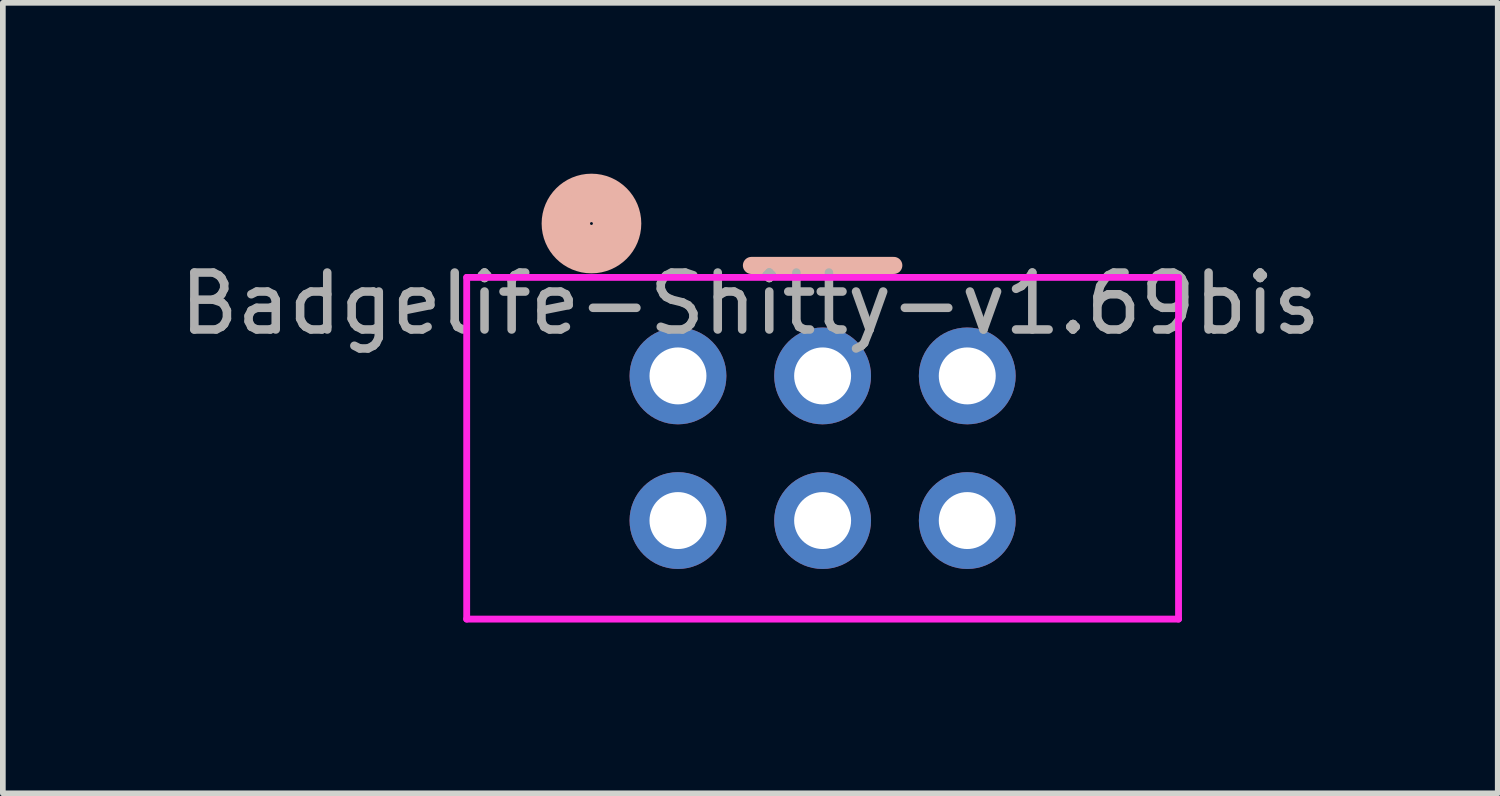
<source format=kicad_pcb>
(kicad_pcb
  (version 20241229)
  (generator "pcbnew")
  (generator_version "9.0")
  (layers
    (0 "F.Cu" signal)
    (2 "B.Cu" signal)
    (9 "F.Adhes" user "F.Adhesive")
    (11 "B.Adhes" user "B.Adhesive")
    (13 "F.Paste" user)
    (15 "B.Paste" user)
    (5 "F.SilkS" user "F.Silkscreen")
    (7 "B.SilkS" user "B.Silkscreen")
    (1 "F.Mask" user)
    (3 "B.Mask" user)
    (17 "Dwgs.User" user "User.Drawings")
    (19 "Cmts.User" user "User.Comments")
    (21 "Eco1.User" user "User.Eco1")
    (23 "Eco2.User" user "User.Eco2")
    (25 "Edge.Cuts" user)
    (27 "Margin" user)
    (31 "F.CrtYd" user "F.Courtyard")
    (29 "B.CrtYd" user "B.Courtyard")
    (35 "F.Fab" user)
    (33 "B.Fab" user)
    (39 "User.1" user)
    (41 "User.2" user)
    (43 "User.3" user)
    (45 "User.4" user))
  (footprint "Badgelife-Shitty-v1.69bis"
    (layer "F.Cu")
    (at 11.395 4.821)
    (property "Reference" "Badgelife-Shitty-v1.69bis" (at -1.27 -2.54 0) (layer "F.Fab") (effects (font (size 1 1) (thickness 0.15))))
    (attr through_hole)
    (fp_line (start -1.25 -3.21) (end 1.25 -3.21) (stroke (width 0.3) (type solid)) (layer "B.SilkS"))
    (fp_circle (center -4.059 -3.946) (end -3.959 -3.946) (stroke (width 0.15) (type solid)) (fill no) (layer "B.SilkS"))
    (fp_circle (center -4.059 -3.946) (end -3.859 -3.946) (stroke (width 0.15) (type solid)) (fill no) (layer "B.SilkS"))
    (fp_circle (center -4.059 -3.946) (end -3.759 -3.946) (stroke (width 0.15) (type solid)) (fill no) (layer "B.SilkS"))
    (fp_circle (center -4.059 -3.946) (end -3.647 -3.946) (stroke (width 0.15) (type solid)) (fill no) (layer "B.SilkS"))
    (fp_circle (center -4.059 -3.946) (end -3.521 -3.946) (stroke (width 0.15) (type solid)) (fill no) (layer "B.SilkS"))
    (fp_circle (center -4.059 -3.946) (end -3.388 -3.946) (stroke (width 0.15) (type solid)) (fill no) (layer "B.SilkS"))
    (fp_circle (center -4.059 -3.946) (end -3.259 -3.946) (stroke (width 0.15) (type solid)) (fill no) (layer "B.SilkS"))
    (fp_line (start -6.25 -3) (end 6.25 -3) (stroke (width 0.12) (type solid)) (layer "F.CrtYd"))
    (fp_line (start -6.25 3) (end -6.25 -3) (stroke (width 0.12) (type solid)) (layer "F.CrtYd"))
    (fp_line (start -6.25 3) (end 6.25 3) (stroke (width 0.12) (type solid)) (layer "F.CrtYd"))
    (fp_line (start 6.25 3) (end 6.25 -3) (stroke (width 0.12) (type solid)) (layer "F.CrtYd"))
    (pad "1" thru_hole oval (at -2.54 -1.27) (size 1.7 1.7) (drill 1) (layers "*.Cu" "*.Mask"))
    (pad "2" thru_hole oval (at -2.54 1.27) (size 1.7 1.7) (drill 1) (layers "*.Cu" "*.Mask"))
    (pad "3" thru_hole circle (at 0 -1.27) (size 1.7 1.7) (drill 1) (layers "*.Cu" "*.Mask"))
    (pad "4" thru_hole oval (at 0 1.27) (size 1.7 1.7) (drill 1) (layers "*.Cu" "*.Mask"))
    (pad "5" thru_hole circle (at 2.54 -1.27) (size 1.7 1.7) (drill 1) (layers "*.Cu" "*.Mask"))
    (pad "6" thru_hole oval (at 2.54 1.27) (size 1.7 1.7) (drill 1) (layers "*.Cu" "*.Mask")))
  (gr_rect
    (start -3 -3)
    (end 23.25 10.881)
    (stroke (width 0.1) (type default))
    (fill no)
    (layer "Edge.Cuts")))
</source>
